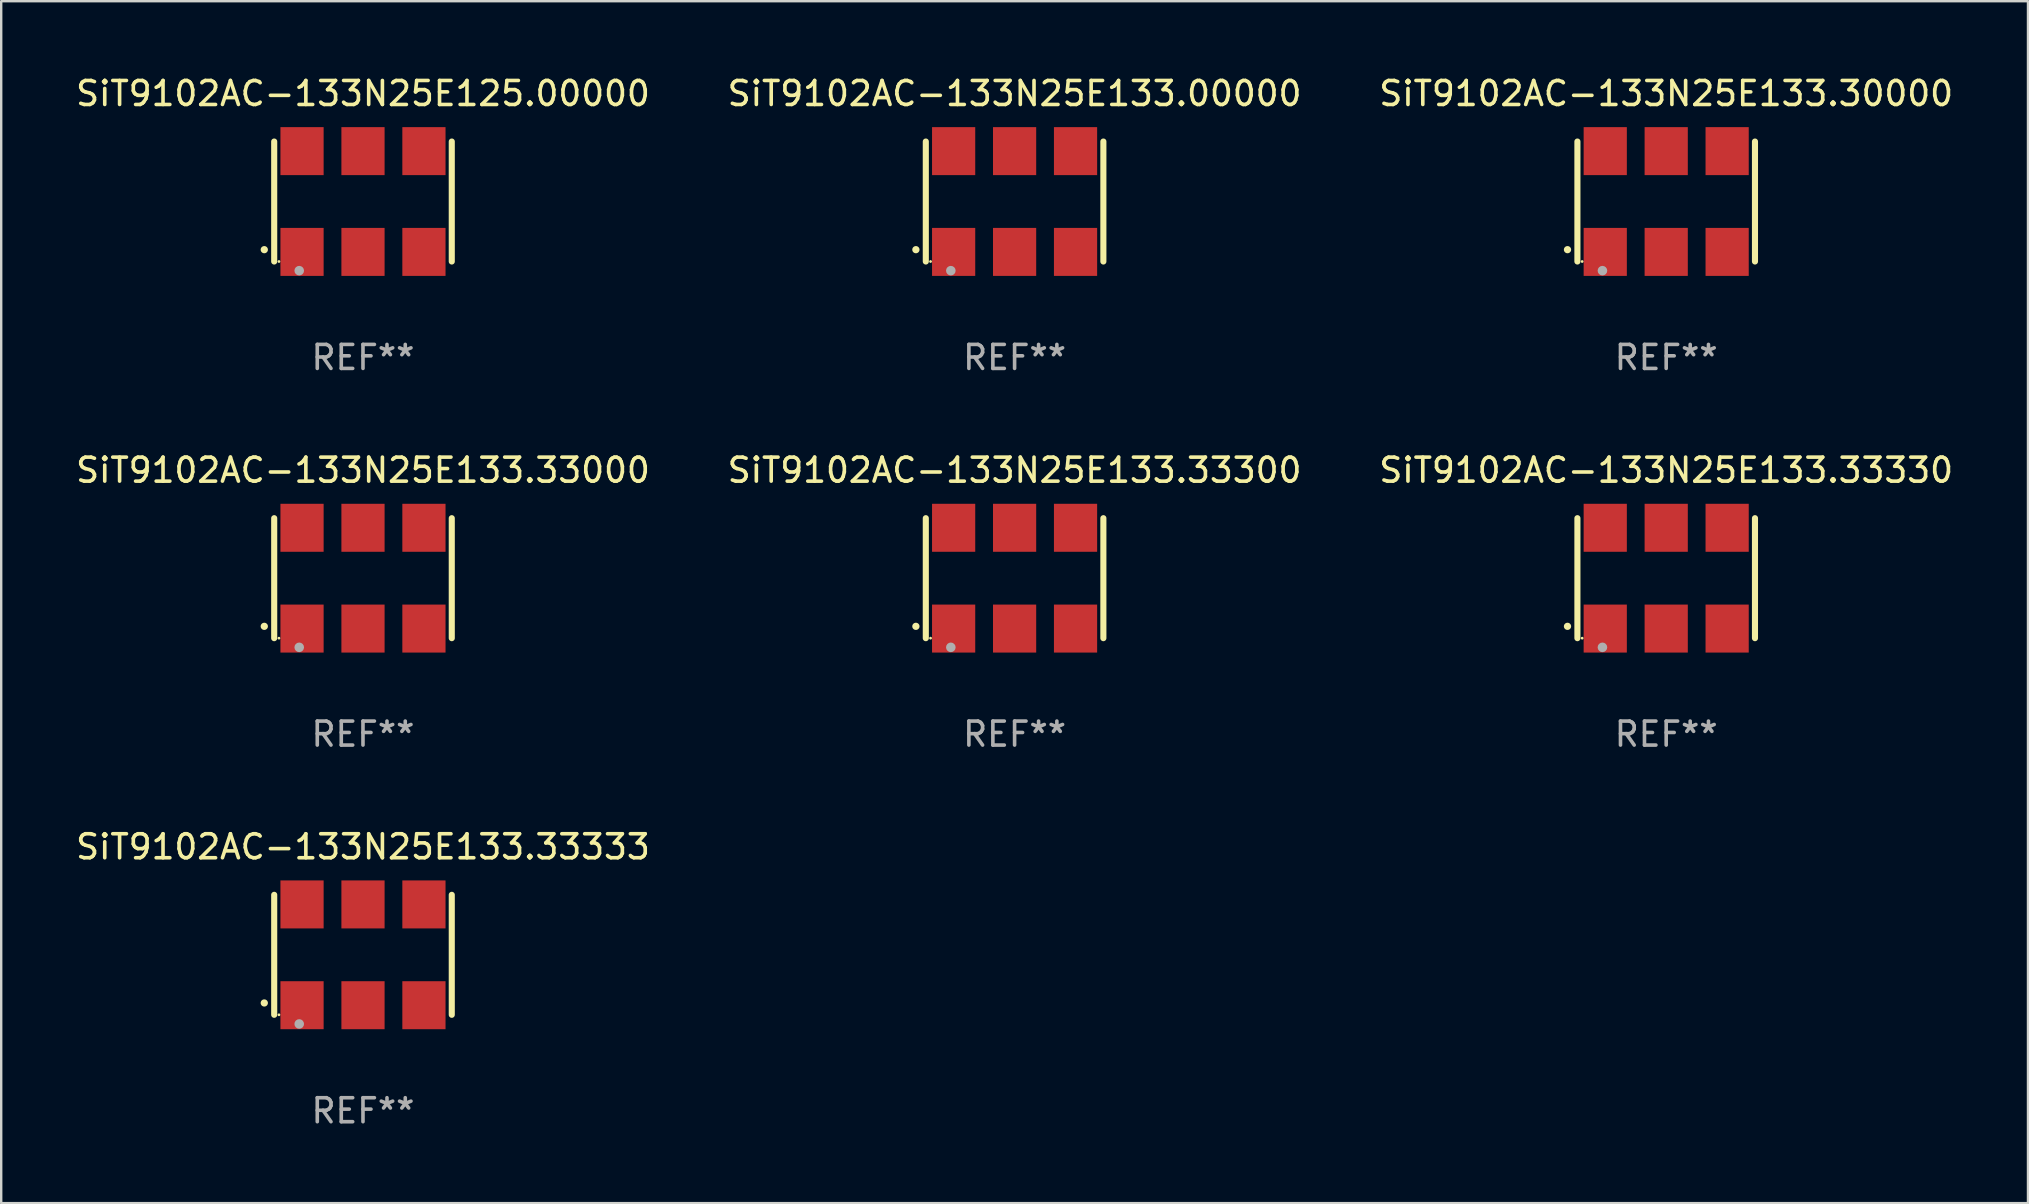
<source format=kicad_pcb>
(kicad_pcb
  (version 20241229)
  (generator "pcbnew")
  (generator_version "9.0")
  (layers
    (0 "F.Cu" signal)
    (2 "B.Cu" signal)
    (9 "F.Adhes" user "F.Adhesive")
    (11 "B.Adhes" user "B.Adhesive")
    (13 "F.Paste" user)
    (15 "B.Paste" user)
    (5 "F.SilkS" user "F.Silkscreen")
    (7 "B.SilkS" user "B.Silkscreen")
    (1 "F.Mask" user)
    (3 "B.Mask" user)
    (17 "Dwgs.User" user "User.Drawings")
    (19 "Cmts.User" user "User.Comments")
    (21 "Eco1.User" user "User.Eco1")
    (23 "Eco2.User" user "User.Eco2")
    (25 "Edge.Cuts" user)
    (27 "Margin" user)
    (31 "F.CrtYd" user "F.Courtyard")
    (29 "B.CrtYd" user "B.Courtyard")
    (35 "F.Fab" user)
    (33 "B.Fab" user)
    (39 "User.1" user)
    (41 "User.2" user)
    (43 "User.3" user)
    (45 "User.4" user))
  (footprint "SiT9102AC-133N25E133.00000"
    (layer "F.Cu")
    (at 39.232 5.348)
    (property "Reference" "SiT9102AC-133N25E133.00000" (at 0 -4.5 0) (layer "F.SilkS") (effects (font (size 1 1) (thickness 0.15))))
    (attr through_hole)
    (fp_line (start -3.7 -2.5) (end -3.7 2.5) (stroke (width 0.254) (type solid)) (layer "F.SilkS"))
    (fp_line (start 3.7 -2.5) (end 3.7 2.5) (stroke (width 0.254) (type solid)) (layer "F.SilkS"))
    (fp_arc (start -4.114415 2.006604) (mid -4.113145 2.006599) (end -4.111875 2.006604) (stroke (width 0.3) (type solid)) (layer "F.SilkS"))
    (fp_circle (center -3.502 2.5) (end -3.472 2.5) (stroke (width 0.06) (type solid)) (fill no) (layer "F.SilkS"))
    (fp_circle (center -2.657 2.882) (end -2.557 2.882) (stroke (width 0.2) (type solid)) (fill no) (layer "F.Fab"))
    (fp_text user "REF**" (at 0 6.5 0) (layer "F.Fab") (effects (font (size 1 1) (thickness 0.15))))
    (pad "1" smd rect (at -2.54 2.1) (size 1.8 2) (layers "F.Cu" "F.Mask" "F.Paste"))
    (pad "2" smd rect (at 0.000394 2.1) (size 1.8 2) (layers "F.Cu" "F.Mask" "F.Paste"))
    (pad "3" smd rect (at 2.54 2.1) (size 1.8 2) (layers "F.Cu" "F.Mask" "F.Paste"))
    (pad "4" smd rect (at 2.54 -2.1) (size 1.8 2) (layers "F.Cu" "F.Mask" "F.Paste"))
    (pad "5" smd rect (at 0.000394 -2.1) (size 1.8 2) (layers "F.Cu" "F.Mask" "F.Paste"))
    (pad "6" smd rect (at -2.54 -2.1) (size 1.8 2) (layers "F.Cu" "F.Mask" "F.Paste")))
  (footprint "SiT9102AC-133N25E133.33333"
    (layer "F.Cu")
    (at 12.077 36.741)
    (property "Reference" "SiT9102AC-133N25E133.33333" (at 0 -4.5 0) (layer "F.SilkS") (effects (font (size 1 1) (thickness 0.15))))
    (attr through_hole)
    (fp_line (start -3.7 -2.5) (end -3.7 2.5) (stroke (width 0.254) (type solid)) (layer "F.SilkS"))
    (fp_line (start 3.7 -2.5) (end 3.7 2.5) (stroke (width 0.254) (type solid)) (layer "F.SilkS"))
    (fp_arc (start -4.114415 2.006604) (mid -4.113145 2.006599) (end -4.111875 2.006604) (stroke (width 0.3) (type solid)) (layer "F.SilkS"))
    (fp_circle (center -3.502 2.5) (end -3.472 2.5) (stroke (width 0.06) (type solid)) (fill no) (layer "F.SilkS"))
    (fp_circle (center -2.657 2.882) (end -2.557 2.882) (stroke (width 0.2) (type solid)) (fill no) (layer "F.Fab"))
    (fp_text user "REF**" (at 0 6.5 0) (layer "F.Fab") (effects (font (size 1 1) (thickness 0.15))))
    (pad "1" smd rect (at -2.54 2.1) (size 1.8 2) (layers "F.Cu" "F.Mask" "F.Paste"))
    (pad "2" smd rect (at 0.000394 2.1) (size 1.8 2) (layers "F.Cu" "F.Mask" "F.Paste"))
    (pad "3" smd rect (at 2.54 2.1) (size 1.8 2) (layers "F.Cu" "F.Mask" "F.Paste"))
    (pad "4" smd rect (at 2.54 -2.1) (size 1.8 2) (layers "F.Cu" "F.Mask" "F.Paste"))
    (pad "5" smd rect (at 0.000394 -2.1) (size 1.8 2) (layers "F.Cu" "F.Mask" "F.Paste"))
    (pad "6" smd rect (at -2.54 -2.1) (size 1.8 2) (layers "F.Cu" "F.Mask" "F.Paste")))
  (footprint "SiT9102AC-133N25E133.30000"
    (layer "F.Cu")
    (at 66.387 5.348)
    (property "Reference" "SiT9102AC-133N25E133.30000" (at 0 -4.5 0) (layer "F.SilkS") (effects (font (size 1 1) (thickness 0.15))))
    (attr through_hole)
    (fp_line (start -3.7 -2.5) (end -3.7 2.5) (stroke (width 0.254) (type solid)) (layer "F.SilkS"))
    (fp_line (start 3.7 -2.5) (end 3.7 2.5) (stroke (width 0.254) (type solid)) (layer "F.SilkS"))
    (fp_arc (start -4.114415 2.006604) (mid -4.113145 2.006599) (end -4.111875 2.006604) (stroke (width 0.3) (type solid)) (layer "F.SilkS"))
    (fp_circle (center -3.502 2.5) (end -3.472 2.5) (stroke (width 0.06) (type solid)) (fill no) (layer "F.SilkS"))
    (fp_circle (center -2.657 2.882) (end -2.557 2.882) (stroke (width 0.2) (type solid)) (fill no) (layer "F.Fab"))
    (fp_text user "REF**" (at 0 6.5 0) (layer "F.Fab") (effects (font (size 1 1) (thickness 0.15))))
    (pad "1" smd rect (at -2.54 2.1) (size 1.8 2) (layers "F.Cu" "F.Mask" "F.Paste"))
    (pad "2" smd rect (at 0.000394 2.1) (size 1.8 2) (layers "F.Cu" "F.Mask" "F.Paste"))
    (pad "3" smd rect (at 2.54 2.1) (size 1.8 2) (layers "F.Cu" "F.Mask" "F.Paste"))
    (pad "4" smd rect (at 2.54 -2.1) (size 1.8 2) (layers "F.Cu" "F.Mask" "F.Paste"))
    (pad "5" smd rect (at 0.000394 -2.1) (size 1.8 2) (layers "F.Cu" "F.Mask" "F.Paste"))
    (pad "6" smd rect (at -2.54 -2.1) (size 1.8 2) (layers "F.Cu" "F.Mask" "F.Paste")))
  (footprint "SiT9102AC-133N25E133.33330"
    (layer "F.Cu")
    (at 66.387 21.045)
    (property "Reference" "SiT9102AC-133N25E133.33330" (at 0 -4.5 0) (layer "F.SilkS") (effects (font (size 1 1) (thickness 0.15))))
    (attr through_hole)
    (fp_line (start -3.7 -2.5) (end -3.7 2.5) (stroke (width 0.254) (type solid)) (layer "F.SilkS"))
    (fp_line (start 3.7 -2.5) (end 3.7 2.5) (stroke (width 0.254) (type solid)) (layer "F.SilkS"))
    (fp_arc (start -4.114415 2.006604) (mid -4.113145 2.006599) (end -4.111875 2.006604) (stroke (width 0.3) (type solid)) (layer "F.SilkS"))
    (fp_circle (center -3.502 2.5) (end -3.472 2.5) (stroke (width 0.06) (type solid)) (fill no) (layer "F.SilkS"))
    (fp_circle (center -2.657 2.882) (end -2.557 2.882) (stroke (width 0.2) (type solid)) (fill no) (layer "F.Fab"))
    (fp_text user "REF**" (at 0 6.5 0) (layer "F.Fab") (effects (font (size 1 1) (thickness 0.15))))
    (pad "1" smd rect (at -2.54 2.1) (size 1.8 2) (layers "F.Cu" "F.Mask" "F.Paste"))
    (pad "2" smd rect (at 0.000394 2.1) (size 1.8 2) (layers "F.Cu" "F.Mask" "F.Paste"))
    (pad "3" smd rect (at 2.54 2.1) (size 1.8 2) (layers "F.Cu" "F.Mask" "F.Paste"))
    (pad "4" smd rect (at 2.54 -2.1) (size 1.8 2) (layers "F.Cu" "F.Mask" "F.Paste"))
    (pad "5" smd rect (at 0.000394 -2.1) (size 1.8 2) (layers "F.Cu" "F.Mask" "F.Paste"))
    (pad "6" smd rect (at -2.54 -2.1) (size 1.8 2) (layers "F.Cu" "F.Mask" "F.Paste")))
  (footprint "SiT9102AC-133N25E133.33300"
    (layer "F.Cu")
    (at 39.232 21.045)
    (property "Reference" "SiT9102AC-133N25E133.33300" (at 0 -4.5 0) (layer "F.SilkS") (effects (font (size 1 1) (thickness 0.15))))
    (attr through_hole)
    (fp_line (start -3.7 -2.5) (end -3.7 2.5) (stroke (width 0.254) (type solid)) (layer "F.SilkS"))
    (fp_line (start 3.7 -2.5) (end 3.7 2.5) (stroke (width 0.254) (type solid)) (layer "F.SilkS"))
    (fp_arc (start -4.114415 2.006604) (mid -4.113145 2.006599) (end -4.111875 2.006604) (stroke (width 0.3) (type solid)) (layer "F.SilkS"))
    (fp_circle (center -3.502 2.5) (end -3.472 2.5) (stroke (width 0.06) (type solid)) (fill no) (layer "F.SilkS"))
    (fp_circle (center -2.657 2.882) (end -2.557 2.882) (stroke (width 0.2) (type solid)) (fill no) (layer "F.Fab"))
    (fp_text user "REF**" (at 0 6.5 0) (layer "F.Fab") (effects (font (size 1 1) (thickness 0.15))))
    (pad "1" smd rect (at -2.54 2.1) (size 1.8 2) (layers "F.Cu" "F.Mask" "F.Paste"))
    (pad "2" smd rect (at 0.000394 2.1) (size 1.8 2) (layers "F.Cu" "F.Mask" "F.Paste"))
    (pad "3" smd rect (at 2.54 2.1) (size 1.8 2) (layers "F.Cu" "F.Mask" "F.Paste"))
    (pad "4" smd rect (at 2.54 -2.1) (size 1.8 2) (layers "F.Cu" "F.Mask" "F.Paste"))
    (pad "5" smd rect (at 0.000394 -2.1) (size 1.8 2) (layers "F.Cu" "F.Mask" "F.Paste"))
    (pad "6" smd rect (at -2.54 -2.1) (size 1.8 2) (layers "F.Cu" "F.Mask" "F.Paste")))
  (footprint "SiT9102AC-133N25E133.33000"
    (layer "F.Cu")
    (at 12.077 21.045)
    (property "Reference" "SiT9102AC-133N25E133.33000" (at 0 -4.5 0) (layer "F.SilkS") (effects (font (size 1 1) (thickness 0.15))))
    (attr through_hole)
    (fp_line (start -3.7 -2.5) (end -3.7 2.5) (stroke (width 0.254) (type solid)) (layer "F.SilkS"))
    (fp_line (start 3.7 -2.5) (end 3.7 2.5) (stroke (width 0.254) (type solid)) (layer "F.SilkS"))
    (fp_arc (start -4.114415 2.006604) (mid -4.113145 2.006599) (end -4.111875 2.006604) (stroke (width 0.3) (type solid)) (layer "F.SilkS"))
    (fp_circle (center -3.502 2.5) (end -3.472 2.5) (stroke (width 0.06) (type solid)) (fill no) (layer "F.SilkS"))
    (fp_circle (center -2.657 2.882) (end -2.557 2.882) (stroke (width 0.2) (type solid)) (fill no) (layer "F.Fab"))
    (fp_text user "REF**" (at 0 6.5 0) (layer "F.Fab") (effects (font (size 1 1) (thickness 0.15))))
    (pad "1" smd rect (at -2.54 2.1) (size 1.8 2) (layers "F.Cu" "F.Mask" "F.Paste"))
    (pad "2" smd rect (at 0.000394 2.1) (size 1.8 2) (layers "F.Cu" "F.Mask" "F.Paste"))
    (pad "3" smd rect (at 2.54 2.1) (size 1.8 2) (layers "F.Cu" "F.Mask" "F.Paste"))
    (pad "4" smd rect (at 2.54 -2.1) (size 1.8 2) (layers "F.Cu" "F.Mask" "F.Paste"))
    (pad "5" smd rect (at 0.000394 -2.1) (size 1.8 2) (layers "F.Cu" "F.Mask" "F.Paste"))
    (pad "6" smd rect (at -2.54 -2.1) (size 1.8 2) (layers "F.Cu" "F.Mask" "F.Paste")))
  (footprint "SiT9102AC-133N25E125.00000"
    (layer "F.Cu")
    (at 12.077 5.348)
    (property "Reference" "SiT9102AC-133N25E125.00000" (at 0 -4.5 0) (layer "F.SilkS") (effects (font (size 1 1) (thickness 0.15))))
    (attr through_hole)
    (fp_line (start -3.7 -2.5) (end -3.7 2.5) (stroke (width 0.254) (type solid)) (layer "F.SilkS"))
    (fp_line (start 3.7 -2.5) (end 3.7 2.5) (stroke (width 0.254) (type solid)) (layer "F.SilkS"))
    (fp_arc (start -4.114415 2.006604) (mid -4.113145 2.006599) (end -4.111875 2.006604) (stroke (width 0.3) (type solid)) (layer "F.SilkS"))
    (fp_circle (center -3.502 2.5) (end -3.472 2.5) (stroke (width 0.06) (type solid)) (fill no) (layer "F.SilkS"))
    (fp_circle (center -2.657 2.882) (end -2.557 2.882) (stroke (width 0.2) (type solid)) (fill no) (layer "F.Fab"))
    (fp_text user "REF**" (at 0 6.5 0) (layer "F.Fab") (effects (font (size 1 1) (thickness 0.15))))
    (pad "1" smd rect (at -2.54 2.1) (size 1.8 2) (layers "F.Cu" "F.Mask" "F.Paste"))
    (pad "2" smd rect (at 0.000394 2.1) (size 1.8 2) (layers "F.Cu" "F.Mask" "F.Paste"))
    (pad "3" smd rect (at 2.54 2.1) (size 1.8 2) (layers "F.Cu" "F.Mask" "F.Paste"))
    (pad "4" smd rect (at 2.54 -2.1) (size 1.8 2) (layers "F.Cu" "F.Mask" "F.Paste"))
    (pad "5" smd rect (at 0.000394 -2.1) (size 1.8 2) (layers "F.Cu" "F.Mask" "F.Paste"))
    (pad "6" smd rect (at -2.54 -2.1) (size 1.8 2) (layers "F.Cu" "F.Mask" "F.Paste")))
  (gr_rect
    (start -3 -3)
    (end 81.464 47.09)
    (stroke (width 0.1) (type default))
    (fill no)
    (layer "Edge.Cuts")))
</source>
